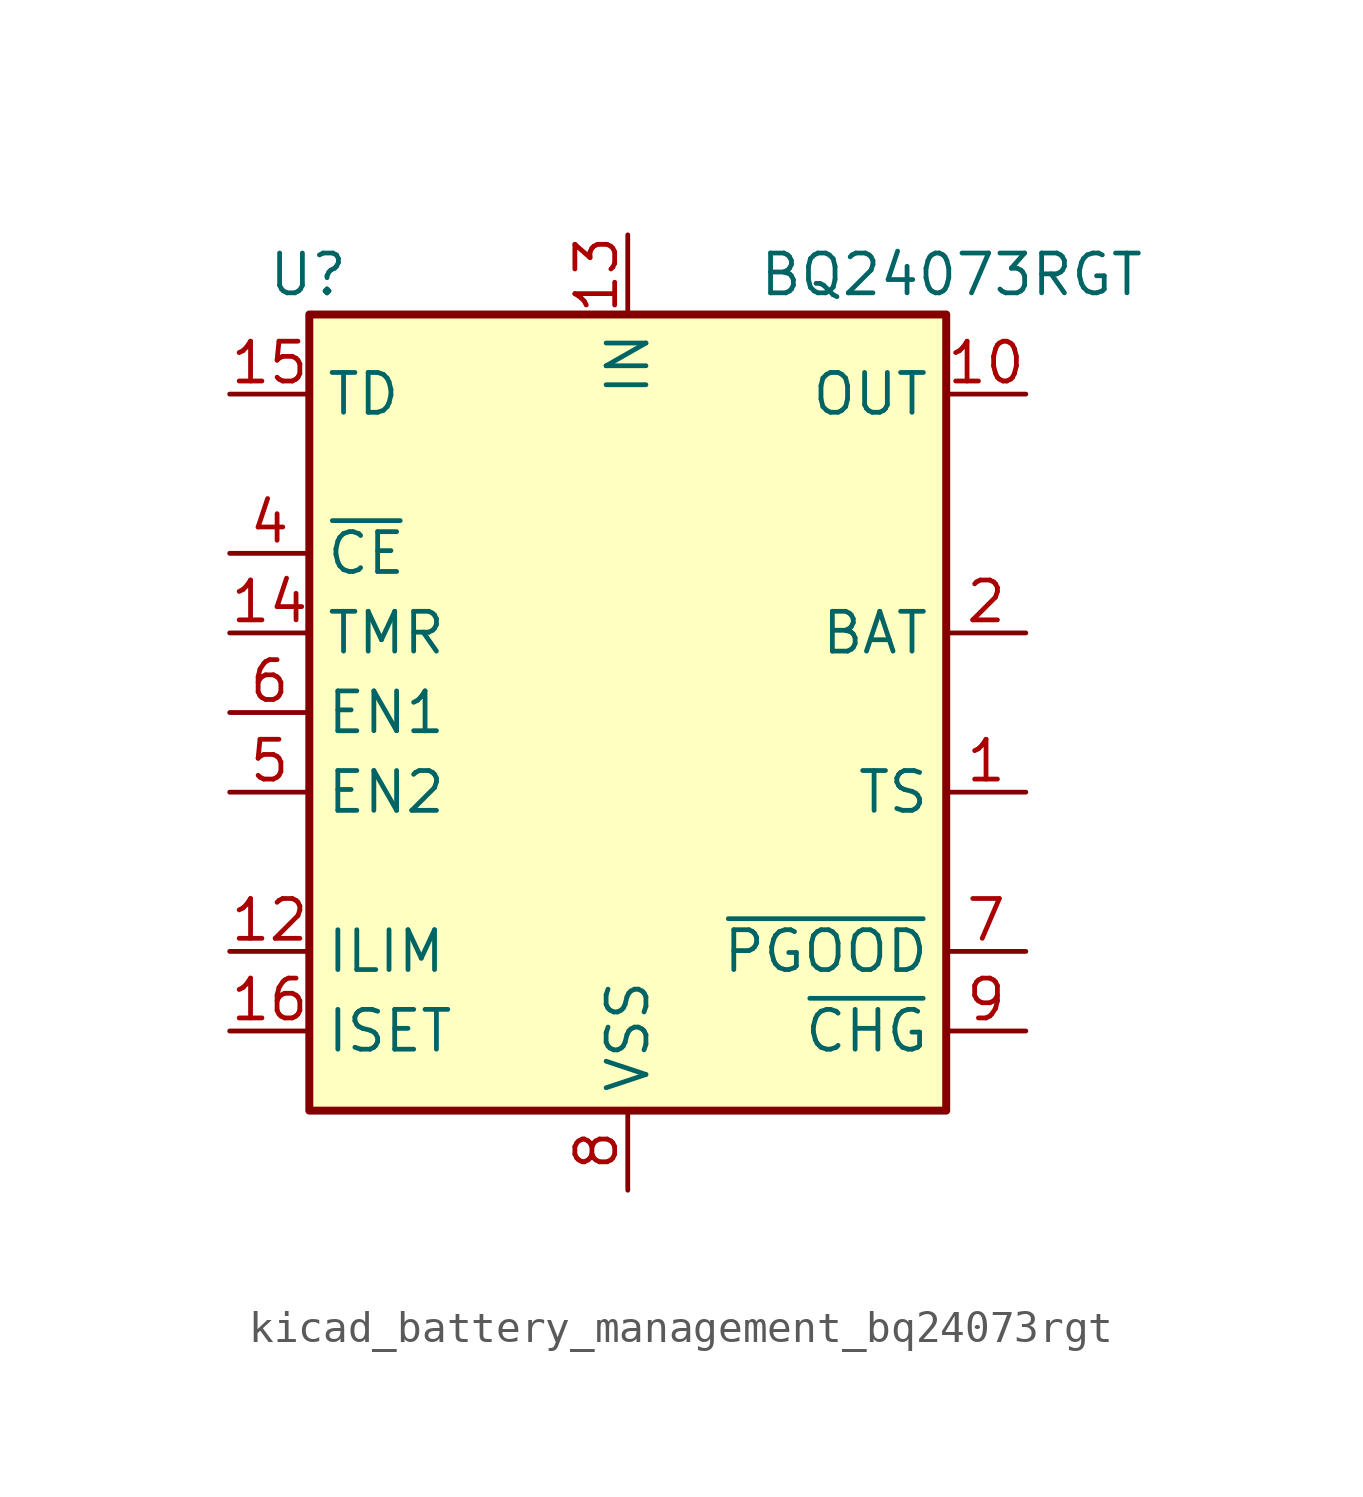
<source format=kicad_sym>
(kicad_symbol_lib
  (version 20220914)
  (generator kicad_symbol_editor)
  (symbol "kicad_battery_management_bq24073rgt"
    (property "Reference" "U"
      (at -8.89 13.97 0)
      (effects (font (size 1.27 1.27)) (justify right)))
    (property "Value" "BQ24073RGT"
      (at 16.51 13.97 0)
      (effects (font (size 1.27 1.27)) (justify right)))
    (symbol "kicad_battery_management_bq24073rgt_0_1"
      (rectangle (start -10.16 12.7) (end 10.16 -12.7) (stroke (width 0.254) (type default)) (fill (type background))))
    (symbol "kicad_battery_management_bq24073rgt_1_1"
      (pin passive line (at 12.7 -2.54 180) (length 2.54) (name "TS" (effects (font (size 1.27 1.27)))) (number "1" (effects (font (size 1.27 1.27)))))
      (pin power_out line (at 12.7 10.16 180) (length 2.54) (name "OUT" (effects (font (size 1.27 1.27)))) (number "10" (effects (font (size 1.27 1.27)))))
      (pin passive line (at 12.7 10.16 180) (length 2.54) hide (name "OUT" (effects (font (size 1.27 1.27)))) (number "11" (effects (font (size 1.27 1.27)))))
      (pin passive line (at -12.7 -7.62 0) (length 2.54) (name "ILIM" (effects (font (size 1.27 1.27)))) (number "12" (effects (font (size 1.27 1.27)))))
      (pin power_in line (at 0 15.24 270) (length 2.54) (name "IN" (effects (font (size 1.27 1.27)))) (number "13" (effects (font (size 1.27 1.27)))))
      (pin input line (at -12.7 2.54 0) (length 2.54) (name "TMR" (effects (font (size 1.27 1.27)))) (number "14" (effects (font (size 1.27 1.27)))))
      (pin input line (at -12.7 10.16 0) (length 2.54) (name "TD" (effects (font (size 1.27 1.27)))) (number "15" (effects (font (size 1.27 1.27)))))
      (pin passive line (at -12.7 -10.16 0) (length 2.54) (name "ISET" (effects (font (size 1.27 1.27)))) (number "16" (effects (font (size 1.27 1.27)))))
      (pin passive line (at 0 -15.24 90) (length 2.54) hide (name "VSS" (effects (font (size 1.27 1.27)))) (number "17" (effects (font (size 1.27 1.27)))))
      (pin power_out line (at 12.7 2.54 180) (length 2.54) (name "BAT" (effects (font (size 1.27 1.27)))) (number "2" (effects (font (size 1.27 1.27)))))
      (pin passive line (at 12.7 2.54 180) (length 2.54) hide (name "BAT" (effects (font (size 1.27 1.27)))) (number "3" (effects (font (size 1.27 1.27)))))
      (pin input line (at -12.7 5.08 0) (length 2.54) (name "~{CE}" (effects (font (size 1.27 1.27)))) (number "4" (effects (font (size 1.27 1.27)))))
      (pin input line (at -12.7 -2.54 0) (length 2.54) (name "EN2" (effects (font (size 1.27 1.27)))) (number "5" (effects (font (size 1.27 1.27)))))
      (pin input line (at -12.7 0 0) (length 2.54) (name "EN1" (effects (font (size 1.27 1.27)))) (number "6" (effects (font (size 1.27 1.27)))))
      (pin open_collector line (at 12.7 -7.62 180) (length 2.54) (name "~{PGOOD}" (effects (font (size 1.27 1.27)))) (number "7" (effects (font (size 1.27 1.27)))))
      (pin power_in line (at 0 -15.24 90) (length 2.54) (name "VSS" (effects (font (size 1.27 1.27)))) (number "8" (effects (font (size 1.27 1.27)))))
      (pin open_collector line (at 12.7 -10.16 180) (length 2.54) (name "~{CHG}" (effects (font (size 1.27 1.27)))) (number "9" (effects (font (size 1.27 1.27))))))))
</source>
